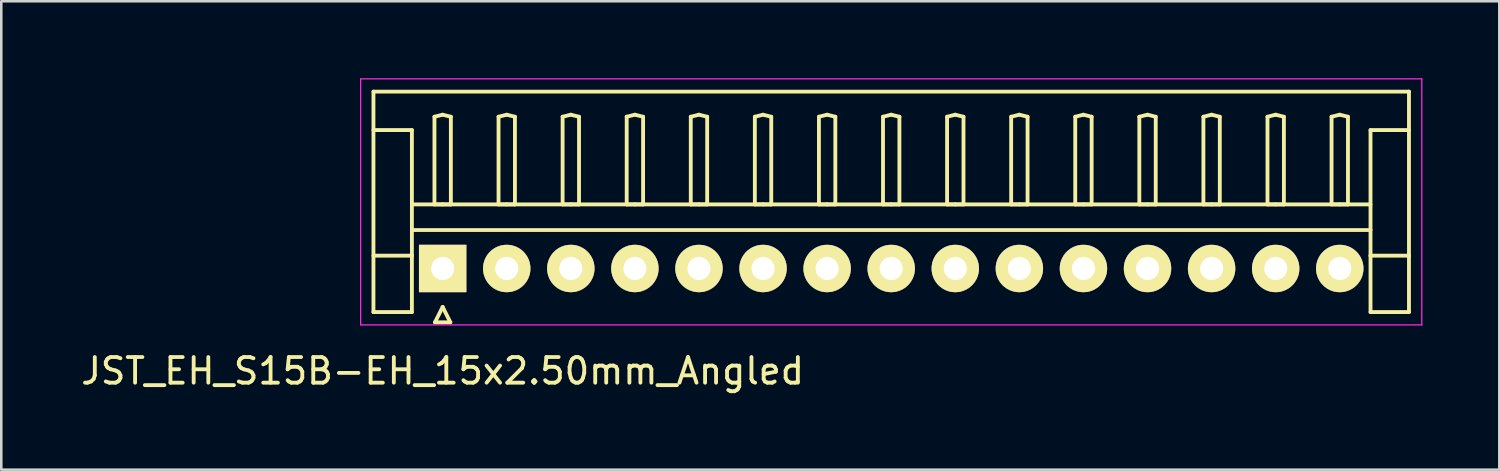
<source format=kicad_pcb>
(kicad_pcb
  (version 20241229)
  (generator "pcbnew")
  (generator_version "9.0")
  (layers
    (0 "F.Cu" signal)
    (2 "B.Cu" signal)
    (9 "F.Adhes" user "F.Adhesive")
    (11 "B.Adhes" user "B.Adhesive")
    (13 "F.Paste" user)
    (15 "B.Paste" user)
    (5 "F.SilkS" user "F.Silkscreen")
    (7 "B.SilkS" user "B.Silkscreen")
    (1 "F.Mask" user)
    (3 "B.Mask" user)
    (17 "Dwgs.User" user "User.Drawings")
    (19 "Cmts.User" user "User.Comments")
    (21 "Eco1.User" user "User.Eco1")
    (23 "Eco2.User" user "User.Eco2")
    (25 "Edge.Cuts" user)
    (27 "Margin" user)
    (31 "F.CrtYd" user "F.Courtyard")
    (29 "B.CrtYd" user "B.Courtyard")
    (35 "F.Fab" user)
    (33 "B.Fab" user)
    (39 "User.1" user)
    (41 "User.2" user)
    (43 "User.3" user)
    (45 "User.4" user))
  (footprint "JST_EH_S15B-EH_15x2.50mm_Angled"
    (layer "F.Cu")
    (at 14.22 7.425)
    (property "Reference" "JST_EH_S15B-EH_15x2.50mm_Angled" (at 0 4 0) (layer "F.SilkS") (effects (font (size 1 1) (thickness 0.15))))
    (attr through_hole)
    (fp_line (start -2.7 -6.9) (end 37.7 -6.9) (stroke (width 0.15) (type solid)) (layer "F.SilkS"))
    (fp_line (start -2.7 -5.4) (end -1.2 -5.4) (stroke (width 0.15) (type solid)) (layer "F.SilkS"))
    (fp_line (start -2.7 1.7) (end -2.7 -6.9) (stroke (width 0.15) (type solid)) (layer "F.SilkS"))
    (fp_line (start -1.2 -5.4) (end -1.2 -0.5) (stroke (width 0.15) (type solid)) (layer "F.SilkS"))
    (fp_line (start -1.2 -2.5) (end 36.2 -2.5) (stroke (width 0.15) (type solid)) (layer "F.SilkS"))
    (fp_line (start -1.2 -1.5) (end 36.2 -1.5) (stroke (width 0.15) (type solid)) (layer "F.SilkS"))
    (fp_line (start -1.2 -0.5) (end -2.7 -0.5) (stroke (width 0.15) (type solid)) (layer "F.SilkS"))
    (fp_line (start -1.2 -0.5) (end -1.2 1.7) (stroke (width 0.15) (type solid)) (layer "F.SilkS"))
    (fp_line (start -1.2 1.7) (end -2.7 1.7) (stroke (width 0.15) (type solid)) (layer "F.SilkS"))
    (fp_line (start -0.32 -5.92) (end 0 -6) (stroke (width 0.15) (type solid)) (layer "F.SilkS"))
    (fp_line (start -0.32 -2.5) (end -0.32 -5.92) (stroke (width 0.15) (type solid)) (layer "F.SilkS"))
    (fp_line (start -0.3 2.1) (end 0.3 2.1) (stroke (width 0.15) (type solid)) (layer "F.SilkS"))
    (fp_line (start 0 -6) (end 0.32 -5.92) (stroke (width 0.15) (type solid)) (layer "F.SilkS"))
    (fp_line (start 0 -2.5) (end -0.32 -2.5) (stroke (width 0.15) (type solid)) (layer "F.SilkS"))
    (fp_line (start 0 1.5) (end -0.3 2.1) (stroke (width 0.15) (type solid)) (layer "F.SilkS"))
    (fp_line (start 0.3 2.1) (end 0 1.5) (stroke (width 0.15) (type solid)) (layer "F.SilkS"))
    (fp_line (start 0.32 -5.92) (end 0.32 -2.5) (stroke (width 0.15) (type solid)) (layer "F.SilkS"))
    (fp_line (start 0.32 -2.5) (end 0 -2.5) (stroke (width 0.15) (type solid)) (layer "F.SilkS"))
    (fp_line (start 2.18 -5.92) (end 2.5 -6) (stroke (width 0.15) (type solid)) (layer "F.SilkS"))
    (fp_line (start 2.18 -2.5) (end 2.18 -5.92) (stroke (width 0.15) (type solid)) (layer "F.SilkS"))
    (fp_line (start 2.5 -6) (end 2.82 -5.92) (stroke (width 0.15) (type solid)) (layer "F.SilkS"))
    (fp_line (start 2.5 -2.5) (end 2.18 -2.5) (stroke (width 0.15) (type solid)) (layer "F.SilkS"))
    (fp_line (start 2.82 -5.92) (end 2.82 -2.5) (stroke (width 0.15) (type solid)) (layer "F.SilkS"))
    (fp_line (start 2.82 -2.5) (end 2.5 -2.5) (stroke (width 0.15) (type solid)) (layer "F.SilkS"))
    (fp_line (start 4.68 -5.92) (end 5 -6) (stroke (width 0.15) (type solid)) (layer "F.SilkS"))
    (fp_line (start 4.68 -2.5) (end 4.68 -5.92) (stroke (width 0.15) (type solid)) (layer "F.SilkS"))
    (fp_line (start 5 -6) (end 5.32 -5.92) (stroke (width 0.15) (type solid)) (layer "F.SilkS"))
    (fp_line (start 5 -2.5) (end 4.68 -2.5) (stroke (width 0.15) (type solid)) (layer "F.SilkS"))
    (fp_line (start 5.32 -5.92) (end 5.32 -2.5) (stroke (width 0.15) (type solid)) (layer "F.SilkS"))
    (fp_line (start 5.32 -2.5) (end 5 -2.5) (stroke (width 0.15) (type solid)) (layer "F.SilkS"))
    (fp_line (start 7.18 -5.92) (end 7.5 -6) (stroke (width 0.15) (type solid)) (layer "F.SilkS"))
    (fp_line (start 7.18 -2.5) (end 7.18 -5.92) (stroke (width 0.15) (type solid)) (layer "F.SilkS"))
    (fp_line (start 7.5 -6) (end 7.82 -5.92) (stroke (width 0.15) (type solid)) (layer "F.SilkS"))
    (fp_line (start 7.5 -2.5) (end 7.18 -2.5) (stroke (width 0.15) (type solid)) (layer "F.SilkS"))
    (fp_line (start 7.82 -5.92) (end 7.82 -2.5) (stroke (width 0.15) (type solid)) (layer "F.SilkS"))
    (fp_line (start 7.82 -2.5) (end 7.5 -2.5) (stroke (width 0.15) (type solid)) (layer "F.SilkS"))
    (fp_line (start 9.68 -5.92) (end 10 -6) (stroke (width 0.15) (type solid)) (layer "F.SilkS"))
    (fp_line (start 9.68 -2.5) (end 9.68 -5.92) (stroke (width 0.15) (type solid)) (layer "F.SilkS"))
    (fp_line (start 10 -6) (end 10.32 -5.92) (stroke (width 0.15) (type solid)) (layer "F.SilkS"))
    (fp_line (start 10 -2.5) (end 9.68 -2.5) (stroke (width 0.15) (type solid)) (layer "F.SilkS"))
    (fp_line (start 10.32 -5.92) (end 10.32 -2.5) (stroke (width 0.15) (type solid)) (layer "F.SilkS"))
    (fp_line (start 10.32 -2.5) (end 10 -2.5) (stroke (width 0.15) (type solid)) (layer "F.SilkS"))
    (fp_line (start 12.18 -5.92) (end 12.5 -6) (stroke (width 0.15) (type solid)) (layer "F.SilkS"))
    (fp_line (start 12.18 -2.5) (end 12.18 -5.92) (stroke (width 0.15) (type solid)) (layer "F.SilkS"))
    (fp_line (start 12.5 -6) (end 12.82 -5.92) (stroke (width 0.15) (type solid)) (layer "F.SilkS"))
    (fp_line (start 12.5 -2.5) (end 12.18 -2.5) (stroke (width 0.15) (type solid)) (layer "F.SilkS"))
    (fp_line (start 12.82 -5.92) (end 12.82 -2.5) (stroke (width 0.15) (type solid)) (layer "F.SilkS"))
    (fp_line (start 12.82 -2.5) (end 12.5 -2.5) (stroke (width 0.15) (type solid)) (layer "F.SilkS"))
    (fp_line (start 14.68 -5.92) (end 15 -6) (stroke (width 0.15) (type solid)) (layer "F.SilkS"))
    (fp_line (start 14.68 -2.5) (end 14.68 -5.92) (stroke (width 0.15) (type solid)) (layer "F.SilkS"))
    (fp_line (start 15 -6) (end 15.32 -5.92) (stroke (width 0.15) (type solid)) (layer "F.SilkS"))
    (fp_line (start 15 -2.5) (end 14.68 -2.5) (stroke (width 0.15) (type solid)) (layer "F.SilkS"))
    (fp_line (start 15.32 -5.92) (end 15.32 -2.5) (stroke (width 0.15) (type solid)) (layer "F.SilkS"))
    (fp_line (start 15.32 -2.5) (end 15 -2.5) (stroke (width 0.15) (type solid)) (layer "F.SilkS"))
    (fp_line (start 17.18 -5.92) (end 17.5 -6) (stroke (width 0.15) (type solid)) (layer "F.SilkS"))
    (fp_line (start 17.18 -2.5) (end 17.18 -5.92) (stroke (width 0.15) (type solid)) (layer "F.SilkS"))
    (fp_line (start 17.5 -6) (end 17.82 -5.92) (stroke (width 0.15) (type solid)) (layer "F.SilkS"))
    (fp_line (start 17.5 -2.5) (end 17.18 -2.5) (stroke (width 0.15) (type solid)) (layer "F.SilkS"))
    (fp_line (start 17.82 -5.92) (end 17.82 -2.5) (stroke (width 0.15) (type solid)) (layer "F.SilkS"))
    (fp_line (start 17.82 -2.5) (end 17.5 -2.5) (stroke (width 0.15) (type solid)) (layer "F.SilkS"))
    (fp_line (start 19.68 -5.92) (end 20 -6) (stroke (width 0.15) (type solid)) (layer "F.SilkS"))
    (fp_line (start 19.68 -2.5) (end 19.68 -5.92) (stroke (width 0.15) (type solid)) (layer "F.SilkS"))
    (fp_line (start 20 -6) (end 20.32 -5.92) (stroke (width 0.15) (type solid)) (layer "F.SilkS"))
    (fp_line (start 20 -2.5) (end 19.68 -2.5) (stroke (width 0.15) (type solid)) (layer "F.SilkS"))
    (fp_line (start 20.32 -5.92) (end 20.32 -2.5) (stroke (width 0.15) (type solid)) (layer "F.SilkS"))
    (fp_line (start 20.32 -2.5) (end 20 -2.5) (stroke (width 0.15) (type solid)) (layer "F.SilkS"))
    (fp_line (start 22.18 -5.92) (end 22.5 -6) (stroke (width 0.15) (type solid)) (layer "F.SilkS"))
    (fp_line (start 22.18 -2.5) (end 22.18 -5.92) (stroke (width 0.15) (type solid)) (layer "F.SilkS"))
    (fp_line (start 22.5 -6) (end 22.82 -5.92) (stroke (width 0.15) (type solid)) (layer "F.SilkS"))
    (fp_line (start 22.5 -2.5) (end 22.18 -2.5) (stroke (width 0.15) (type solid)) (layer "F.SilkS"))
    (fp_line (start 22.82 -5.92) (end 22.82 -2.5) (stroke (width 0.15) (type solid)) (layer "F.SilkS"))
    (fp_line (start 22.82 -2.5) (end 22.5 -2.5) (stroke (width 0.15) (type solid)) (layer "F.SilkS"))
    (fp_line (start 24.68 -5.92) (end 25 -6) (stroke (width 0.15) (type solid)) (layer "F.SilkS"))
    (fp_line (start 24.68 -2.5) (end 24.68 -5.92) (stroke (width 0.15) (type solid)) (layer "F.SilkS"))
    (fp_line (start 25 -6) (end 25.32 -5.92) (stroke (width 0.15) (type solid)) (layer "F.SilkS"))
    (fp_line (start 25 -2.5) (end 24.68 -2.5) (stroke (width 0.15) (type solid)) (layer "F.SilkS"))
    (fp_line (start 25.32 -5.92) (end 25.32 -2.5) (stroke (width 0.15) (type solid)) (layer "F.SilkS"))
    (fp_line (start 25.32 -2.5) (end 25 -2.5) (stroke (width 0.15) (type solid)) (layer "F.SilkS"))
    (fp_line (start 27.18 -5.92) (end 27.5 -6) (stroke (width 0.15) (type solid)) (layer "F.SilkS"))
    (fp_line (start 27.18 -2.5) (end 27.18 -5.92) (stroke (width 0.15) (type solid)) (layer "F.SilkS"))
    (fp_line (start 27.5 -6) (end 27.82 -5.92) (stroke (width 0.15) (type solid)) (layer "F.SilkS"))
    (fp_line (start 27.5 -2.5) (end 27.18 -2.5) (stroke (width 0.15) (type solid)) (layer "F.SilkS"))
    (fp_line (start 27.82 -5.92) (end 27.82 -2.5) (stroke (width 0.15) (type solid)) (layer "F.SilkS"))
    (fp_line (start 27.82 -2.5) (end 27.5 -2.5) (stroke (width 0.15) (type solid)) (layer "F.SilkS"))
    (fp_line (start 29.68 -5.92) (end 30 -6) (stroke (width 0.15) (type solid)) (layer "F.SilkS"))
    (fp_line (start 29.68 -2.5) (end 29.68 -5.92) (stroke (width 0.15) (type solid)) (layer "F.SilkS"))
    (fp_line (start 30 -6) (end 30.32 -5.92) (stroke (width 0.15) (type solid)) (layer "F.SilkS"))
    (fp_line (start 30 -2.5) (end 29.68 -2.5) (stroke (width 0.15) (type solid)) (layer "F.SilkS"))
    (fp_line (start 30.32 -5.92) (end 30.32 -2.5) (stroke (width 0.15) (type solid)) (layer "F.SilkS"))
    (fp_line (start 30.32 -2.5) (end 30 -2.5) (stroke (width 0.15) (type solid)) (layer "F.SilkS"))
    (fp_line (start 32.18 -5.92) (end 32.5 -6) (stroke (width 0.15) (type solid)) (layer "F.SilkS"))
    (fp_line (start 32.18 -2.5) (end 32.18 -5.92) (stroke (width 0.15) (type solid)) (layer "F.SilkS"))
    (fp_line (start 32.5 -6) (end 32.82 -5.92) (stroke (width 0.15) (type solid)) (layer "F.SilkS"))
    (fp_line (start 32.5 -2.5) (end 32.18 -2.5) (stroke (width 0.15) (type solid)) (layer "F.SilkS"))
    (fp_line (start 32.82 -5.92) (end 32.82 -2.5) (stroke (width 0.15) (type solid)) (layer "F.SilkS"))
    (fp_line (start 32.82 -2.5) (end 32.5 -2.5) (stroke (width 0.15) (type solid)) (layer "F.SilkS"))
    (fp_line (start 34.68 -5.92) (end 35 -6) (stroke (width 0.15) (type solid)) (layer "F.SilkS"))
    (fp_line (start 34.68 -2.5) (end 34.68 -5.92) (stroke (width 0.15) (type solid)) (layer "F.SilkS"))
    (fp_line (start 35 -6) (end 35.32 -5.92) (stroke (width 0.15) (type solid)) (layer "F.SilkS"))
    (fp_line (start 35 -2.5) (end 34.68 -2.5) (stroke (width 0.15) (type solid)) (layer "F.SilkS"))
    (fp_line (start 35.32 -5.92) (end 35.32 -2.5) (stroke (width 0.15) (type solid)) (layer "F.SilkS"))
    (fp_line (start 35.32 -2.5) (end 35 -2.5) (stroke (width 0.15) (type solid)) (layer "F.SilkS"))
    (fp_line (start 36.2 -5.4) (end 36.2 -0.5) (stroke (width 0.15) (type solid)) (layer "F.SilkS"))
    (fp_line (start 36.2 -0.5) (end 37.7 -0.5) (stroke (width 0.15) (type solid)) (layer "F.SilkS"))
    (fp_line (start 36.2 1.7) (end 36.2 -0.5) (stroke (width 0.15) (type solid)) (layer "F.SilkS"))
    (fp_line (start 37.7 -6.9) (end 37.7 1.7) (stroke (width 0.15) (type solid)) (layer "F.SilkS"))
    (fp_line (start 37.7 -5.4) (end 36.2 -5.4) (stroke (width 0.15) (type solid)) (layer "F.SilkS"))
    (fp_line (start 37.7 1.7) (end 36.2 1.7) (stroke (width 0.15) (type solid)) (layer "F.SilkS"))
    (fp_line (start -3.2 -7.4) (end -3.2 2.2) (stroke (width 0.05) (type solid)) (layer "F.CrtYd"))
    (fp_line (start -3.2 2.2) (end 38.2 2.2) (stroke (width 0.05) (type solid)) (layer "F.CrtYd"))
    (fp_line (start 38.2 -7.4) (end -3.2 -7.4) (stroke (width 0.05) (type solid)) (layer "F.CrtYd"))
    (fp_line (start 38.2 2.2) (end 38.2 -7.4) (stroke (width 0.05) (type solid)) (layer "F.CrtYd"))
    (pad "1" thru_hole rect (at 0 0) (size 1.85 1.85) (drill 0.9) (layers "*.Cu" "*.Mask" "F.SilkS"))
    (pad "2" thru_hole circle (at 2.5 0) (size 1.85 1.85) (drill 0.9) (layers "*.Cu" "*.Mask" "F.SilkS"))
    (pad "3" thru_hole circle (at 5 0) (size 1.85 1.85) (drill 0.9) (layers "*.Cu" "*.Mask" "F.SilkS"))
    (pad "4" thru_hole circle (at 7.5 0) (size 1.85 1.85) (drill 0.9) (layers "*.Cu" "*.Mask" "F.SilkS"))
    (pad "5" thru_hole circle (at 10 0) (size 1.85 1.85) (drill 0.9) (layers "*.Cu" "*.Mask" "F.SilkS"))
    (pad "6" thru_hole circle (at 12.5 0) (size 1.85 1.85) (drill 0.9) (layers "*.Cu" "*.Mask" "F.SilkS"))
    (pad "7" thru_hole circle (at 15 0) (size 1.85 1.85) (drill 0.9) (layers "*.Cu" "*.Mask" "F.SilkS"))
    (pad "8" thru_hole circle (at 17.5 0) (size 1.85 1.85) (drill 0.9) (layers "*.Cu" "*.Mask" "F.SilkS"))
    (pad "9" thru_hole circle (at 20 0) (size 1.85 1.85) (drill 0.9) (layers "*.Cu" "*.Mask" "F.SilkS"))
    (pad "10" thru_hole circle (at 22.5 0) (size 1.85 1.85) (drill 0.9) (layers "*.Cu" "*.Mask" "F.SilkS"))
    (pad "11" thru_hole circle (at 25 0) (size 1.85 1.85) (drill 0.9) (layers "*.Cu" "*.Mask" "F.SilkS"))
    (pad "12" thru_hole circle (at 27.5 0) (size 1.85 1.85) (drill 0.9) (layers "*.Cu" "*.Mask" "F.SilkS"))
    (pad "13" thru_hole circle (at 30 0) (size 1.85 1.85) (drill 0.9) (layers "*.Cu" "*.Mask" "F.SilkS"))
    (pad "14" thru_hole circle (at 32.5 0) (size 1.85 1.85) (drill 0.9) (layers "*.Cu" "*.Mask" "F.SilkS"))
    (pad "15" thru_hole circle (at 35 0) (size 1.85 1.85) (drill 0.9) (layers "*.Cu" "*.Mask" "F.SilkS")))
  (gr_rect
    (start -3 -3)
    (end 55.445 15.273)
    (stroke (width 0.1) (type default))
    (fill no)
    (layer "Edge.Cuts")))
</source>
